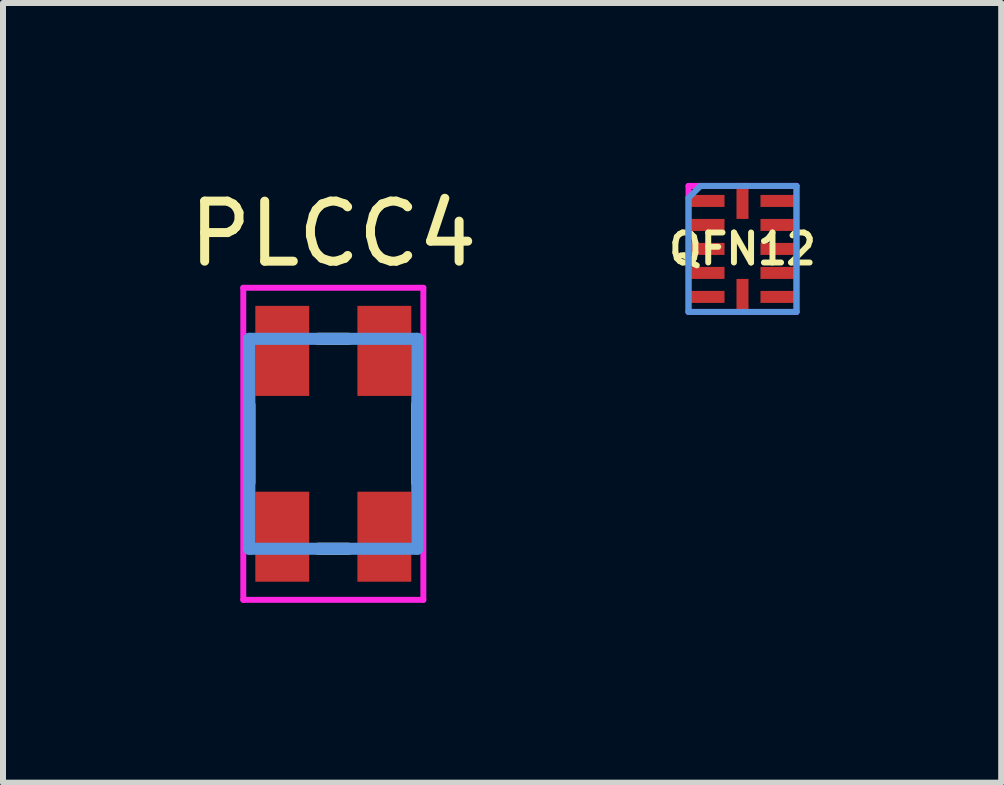
<source format=kicad_pcb>
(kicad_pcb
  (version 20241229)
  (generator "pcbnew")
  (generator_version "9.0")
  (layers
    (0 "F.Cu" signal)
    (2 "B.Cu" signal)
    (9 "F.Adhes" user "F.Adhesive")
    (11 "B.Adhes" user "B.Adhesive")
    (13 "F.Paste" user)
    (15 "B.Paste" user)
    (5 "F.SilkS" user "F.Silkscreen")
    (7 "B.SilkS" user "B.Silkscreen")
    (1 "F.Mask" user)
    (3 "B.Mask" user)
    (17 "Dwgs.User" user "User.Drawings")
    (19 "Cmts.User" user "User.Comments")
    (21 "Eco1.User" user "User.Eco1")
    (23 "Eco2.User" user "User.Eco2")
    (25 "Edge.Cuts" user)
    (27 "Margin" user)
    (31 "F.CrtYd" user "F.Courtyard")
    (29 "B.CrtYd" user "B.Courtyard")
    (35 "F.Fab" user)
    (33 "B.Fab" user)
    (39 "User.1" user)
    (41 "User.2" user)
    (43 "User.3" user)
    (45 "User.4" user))
  (footprint "QFN12"
    (layer "F.Cu")
    (at 9.329 1.1)
    (property "Reference" "QFN12" (at 0 0 180) (layer "F.SilkS") (effects (font (size 0.5 0.5) (thickness 0.099))))
    (attr through_hole)
    (fp_line (start -0.9 -0.85) (end -0.9 1.05) (stroke (width 0.1) (type solid)) (layer "Cmts.User"))
    (fp_line (start -0.9 1.05) (end 0.9 1.05) (stroke (width 0.1) (type solid)) (layer "Cmts.User"))
    (fp_line (start -0.7 -1.05) (end -0.9 -0.85) (stroke (width 0.1) (type solid)) (layer "Cmts.User"))
    (fp_line (start 0.9 -1.05) (end -0.7 -1.05) (stroke (width 0.1) (type solid)) (layer "Cmts.User"))
    (fp_line (start 0.9 1.05) (end 0.9 -1.05) (stroke (width 0.1) (type solid)) (layer "Cmts.User"))
    (fp_line (start -0.9 -1.05) (end 0.9 -1.05) (stroke (width 0.1) (type solid)) (layer "F.CrtYd"))
    (fp_line (start -0.9 1.05) (end -0.9 -1.05) (stroke (width 0.1) (type solid)) (layer "F.CrtYd"))
    (fp_line (start 0.9 -1.05) (end 0.9 1.05) (stroke (width 0.1) (type solid)) (layer "F.CrtYd"))
    (fp_line (start 0.9 1.05) (end -0.9 1.05) (stroke (width 0.1) (type solid)) (layer "F.CrtYd"))
    (pad "1" smd rect (at -0.6 -0.8 180) (size 0.6 0.2) (layers "F.Cu" "F.Mask" "F.Paste"))
    (pad "2" smd rect (at -0.6 -0.4 180) (size 0.6 0.2) (layers "F.Cu" "F.Mask" "F.Paste"))
    (pad "3" smd rect (at -0.6 0 180) (size 0.6 0.2) (layers "F.Cu" "F.Mask" "F.Paste"))
    (pad "4" smd rect (at -0.6 0.4 180) (size 0.6 0.2) (layers "F.Cu" "F.Mask" "F.Paste"))
    (pad "5" smd rect (at -0.6 0.8 180) (size 0.6 0.2) (layers "F.Cu" "F.Mask" "F.Paste"))
    (pad "6" smd rect (at 0 0.8 90) (size 0.6 0.2) (layers "F.Cu" "F.Mask" "F.Paste"))
    (pad "7" smd rect (at 0.6 0.8 180) (size 0.6 0.2) (layers "F.Cu" "F.Mask" "F.Paste"))
    (pad "8" smd rect (at 0.6 0.4 180) (size 0.6 0.2) (layers "F.Cu" "F.Mask" "F.Paste"))
    (pad "9" smd rect (at 0.6 0 180) (size 0.6 0.2) (layers "F.Cu" "F.Mask" "F.Paste"))
    (pad "10" smd rect (at 0.6 -0.4 180) (size 0.6 0.2) (layers "F.Cu" "F.Mask" "F.Paste"))
    (pad "11" smd rect (at 0.6 -0.8 180) (size 0.6 0.2) (layers "F.Cu" "F.Mask" "F.Paste"))
    (pad "12" smd rect (at 0 -0.8 90) (size 0.6 0.2) (layers "F.Cu" "F.Mask" "F.Paste")))
  (footprint "PLCC4"
    (layer "F.Cu")
    (at 2.507 4.349)
    (property "Reference" "PLCC4" (at 0 -3.5 0) (layer "F.SilkS") (effects (font (size 1.001 1.001) (thickness 0.15))))
    (attr through_hole)
    (fp_line (start -1.4 -0.65) (end -1.4 0.65) (stroke (width 0.201) (type solid)) (layer "F.SilkS"))
    (fp_line (start -0.249 -1.75) (end 0.249 -1.75) (stroke (width 0.201) (type solid)) (layer "F.SilkS"))
    (fp_line (start -0.249 1.75) (end 0.249 1.75) (stroke (width 0.201) (type solid)) (layer "F.SilkS"))
    (fp_line (start 1.4 -0.65) (end 1.4 0.65) (stroke (width 0.201) (type solid)) (layer "F.SilkS"))
    (fp_line (start -1.4 -1.75) (end 1.4 -1.75) (stroke (width 0.201) (type solid)) (layer "Cmts.User"))
    (fp_line (start -1.4 1.75) (end -1.4 -1.75) (stroke (width 0.201) (type solid)) (layer "Cmts.User"))
    (fp_line (start 1.4 -1.75) (end 1.4 1.75) (stroke (width 0.201) (type solid)) (layer "Cmts.User"))
    (fp_line (start 1.4 1.75) (end -1.4 1.75) (stroke (width 0.201) (type solid)) (layer "Cmts.User"))
    (fp_line (start -1.501 -2.601) (end -1.501 2.601) (stroke (width 0.099) (type solid)) (layer "F.CrtYd"))
    (fp_line (start -1.501 2.601) (end 1.501 2.601) (stroke (width 0.099) (type solid)) (layer "F.CrtYd"))
    (fp_line (start 1.501 -2.601) (end -1.501 -2.601) (stroke (width 0.099) (type solid)) (layer "F.CrtYd"))
    (fp_line (start 1.501 2.601) (end 1.501 -2.601) (stroke (width 0.099) (type solid)) (layer "F.CrtYd"))
    (pad "1" smd rect (at -0.851 -1.549) (size 0.899 1.501) (layers "F.Cu" "F.Mask" "F.Paste"))
    (pad "2" smd rect (at 0.851 -1.549) (size 0.899 1.501) (layers "F.Cu" "F.Mask" "F.Paste"))
    (pad "3" smd rect (at -0.851 1.549) (size 0.899 1.501) (layers "F.Cu" "F.Mask" "F.Paste"))
    (pad "4" smd rect (at 0.851 1.549) (size 0.899 1.501) (layers "F.Cu" "F.Mask" "F.Paste")))
  (gr_rect
    (start -3 -3)
    (end 13.642 9.999)
    (stroke (width 0.1) (type default))
    (fill no)
    (layer "Edge.Cuts")))
</source>
